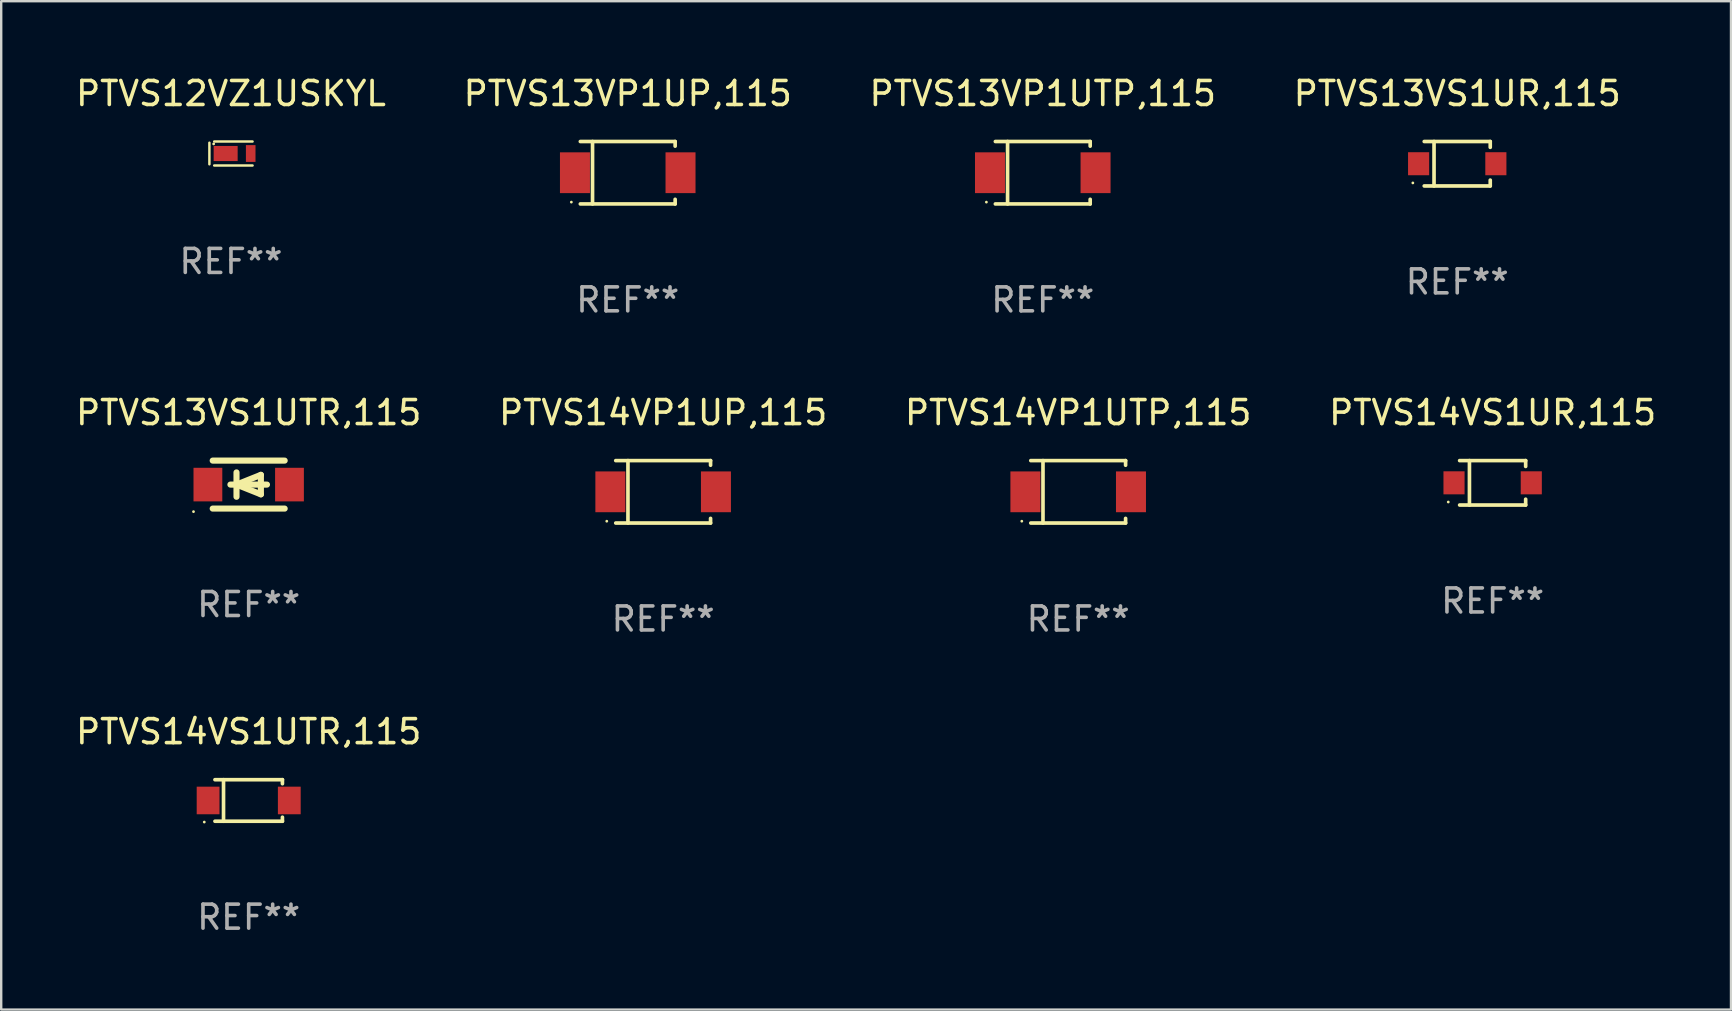
<source format=kicad_pcb>
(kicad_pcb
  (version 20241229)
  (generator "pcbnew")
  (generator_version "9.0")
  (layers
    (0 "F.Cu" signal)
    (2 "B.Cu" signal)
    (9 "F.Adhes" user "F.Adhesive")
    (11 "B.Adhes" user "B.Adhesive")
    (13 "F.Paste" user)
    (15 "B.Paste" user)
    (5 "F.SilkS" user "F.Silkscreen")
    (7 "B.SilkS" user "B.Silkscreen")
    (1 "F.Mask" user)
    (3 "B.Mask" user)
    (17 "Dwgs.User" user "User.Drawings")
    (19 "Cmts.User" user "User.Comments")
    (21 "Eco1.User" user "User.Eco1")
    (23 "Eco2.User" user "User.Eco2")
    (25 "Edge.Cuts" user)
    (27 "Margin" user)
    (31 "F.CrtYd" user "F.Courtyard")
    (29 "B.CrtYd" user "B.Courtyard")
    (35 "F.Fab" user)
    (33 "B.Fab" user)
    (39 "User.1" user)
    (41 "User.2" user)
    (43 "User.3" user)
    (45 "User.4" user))
  (footprint "PTVS13VS1UTR,115"
    (layer "F.Cu")
    (at 7.315 17.147)
    (property "Reference" "PTVS13VS1UTR,115" (at 0 -3 0) (layer "F.SilkS") (effects (font (size 1 1) (thickness 0.15))))
    (attr through_hole)
    (fp_line (start -1.5 -1) (end 1.5 -1) (stroke (width 0.254) (type solid)) (layer "F.SilkS"))
    (fp_line (start -1.5 1) (end 1.5 1) (stroke (width 0.254) (type solid)) (layer "F.SilkS"))
    (fp_line (start -0.762 0) (end 0.762 0) (stroke (width 0.254) (type solid)) (layer "F.SilkS"))
    (fp_line (start -0.508 -0.508) (end -0.508 0.508) (stroke (width 0.254) (type solid)) (layer "F.SilkS"))
    (fp_line (start -0.508 0) (end 0.508 -0.406) (stroke (width 0.254) (type solid)) (layer "F.SilkS"))
    (fp_line (start 0.508 -0.406) (end 0.508 0.406) (stroke (width 0.254) (type solid)) (layer "F.SilkS"))
    (fp_line (start 0.508 0.406) (end -0.508 0) (stroke (width 0.254) (type solid)) (layer "F.SilkS"))
    (fp_circle (center -2.3 1.127) (end -2.27 1.127) (stroke (width 0.06) (type solid)) (fill no) (layer "F.SilkS"))
    (fp_text user "REF**" (at 0 5 0) (layer "F.Fab") (effects (font (size 1 1) (thickness 0.15))))
    (pad "1" smd rect (at -1.7 0) (size 1.2 1.4) (layers "F.Cu" "F.Mask" "F.Paste"))
    (pad "2" smd rect (at 1.7 0) (size 1.2 1.4) (layers "F.Cu" "F.Mask" "F.Paste")))
  (footprint "PTVS12VZ1USKYL"
    (layer "F.Cu")
    (at 6.577 3.348)
    (property "Reference" "PTVS12VZ1USKYL" (at 0 -2.5 0) (layer "F.SilkS") (effects (font (size 1 1) (thickness 0.15))))
    (attr through_hole)
    (fp_line (start -0.9 -0.45) (end -0.9 0.45) (stroke (width 0.102) (type solid)) (layer "F.SilkS"))
    (fp_line (start -0.7 -0.5) (end 0.9 -0.5) (stroke (width 0.102) (type solid)) (layer "F.SilkS"))
    (fp_line (start -0.7 0.5) (end 0.9 0.5) (stroke (width 0.102) (type solid)) (layer "F.SilkS"))
    (fp_circle (center -0.722 -0.4) (end -0.692 -0.4) (stroke (width 0.06) (type solid)) (fill no) (layer "F.SilkS"))
    (fp_text user "REF**" (at 0 4.5 0) (layer "F.Fab") (effects (font (size 1 1) (thickness 0.15))))
    (pad "1" smd rect (at -0.222 -0.000025 180) (size 1 0.63) (layers "F.Cu" "F.Mask" "F.Paste"))
    (pad "2" smd rect (at 0.822 -0.000025 180) (size 0.4 0.7) (layers "F.Cu" "F.Mask" "F.Paste")))
  (footprint "PTVS13VS1UR,115"
    (layer "F.Cu")
    (at 57.685 3.774)
    (property "Reference" "PTVS13VS1UR,115" (at 0 -2.926 0) (layer "F.SilkS") (effects (font (size 1 1) (thickness 0.15))))
    (attr through_hole)
    (fp_line (start -1.376 -0.926) (end 1.376 -0.926) (stroke (width 0.152) (type solid)) (layer "F.SilkS"))
    (fp_line (start -1.376 0.926) (end 1.376 0.926) (stroke (width 0.152) (type solid)) (layer "F.SilkS"))
    (fp_line (start -0.967 -0.926) (end -0.967 0.926) (stroke (width 0.152) (type solid)) (layer "F.SilkS"))
    (fp_line (start 1.376 -0.926) (end 1.376 -0.683) (stroke (width 0.152) (type solid)) (layer "F.SilkS"))
    (fp_line (start 1.376 0.926) (end 1.376 0.683) (stroke (width 0.152) (type solid)) (layer "F.SilkS"))
    (fp_circle (center -1.85 0.8) (end -1.82 0.8) (stroke (width 0.06) (type solid)) (fill no) (layer "F.SilkS"))
    (fp_text user "REF**" (at 0 4.926 0) (layer "F.Fab") (effects (font (size 1 1) (thickness 0.15))))
    (pad "1" smd rect (at -1.61 0) (size 0.88 0.96) (layers "F.Cu" "F.Mask" "F.Paste"))
    (pad "2" smd rect (at 1.61 0) (size 0.88 0.96) (layers "F.Cu" "F.Mask" "F.Paste")))
  (footprint "PTVS13VP1UP,115"
    (layer "F.Cu")
    (at 23.113 4.149)
    (property "Reference" "PTVS13VP1UP,115" (at 0 -3.301 0) (layer "F.SilkS") (effects (font (size 1 1) (thickness 0.15))))
    (attr through_hole)
    (fp_line (start -1.976 -1.301) (end 1.976 -1.301) (stroke (width 0.152) (type solid)) (layer "F.SilkS"))
    (fp_line (start -1.976 1.301) (end 1.976 1.301) (stroke (width 0.152) (type solid)) (layer "F.SilkS"))
    (fp_line (start -1.467 -1.301) (end -1.467 1.301) (stroke (width 0.152) (type solid)) (layer "F.SilkS"))
    (fp_line (start 1.976 -1.301) (end 1.976 -1.108) (stroke (width 0.152) (type solid)) (layer "F.SilkS"))
    (fp_line (start 1.976 1.301) (end 1.976 1.108) (stroke (width 0.152) (type solid)) (layer "F.SilkS"))
    (fp_circle (center -2.35 1.225) (end -2.32 1.225) (stroke (width 0.06) (type solid)) (fill no) (layer "F.SilkS"))
    (fp_text user "REF**" (at 0 5.301 0) (layer "F.Fab") (effects (font (size 1 1) (thickness 0.15))))
    (pad "1" smd rect (at -2.2 0 180) (size 1.25 1.7) (layers "F.Cu" "F.Mask" "F.Paste"))
    (pad "2" smd rect (at 2.2 0 180) (size 1.25 1.7) (layers "F.Cu" "F.Mask" "F.Paste")))
  (footprint "PTVS14VS1UTR,115"
    (layer "F.Cu")
    (at 7.315 30.312)
    (property "Reference" "PTVS14VS1UTR,115" (at 0 -2.866 0) (layer "F.SilkS") (effects (font (size 1 1) (thickness 0.15))))
    (attr through_hole)
    (fp_line (start -1.406 -0.866) (end 1.406 -0.866) (stroke (width 0.152) (type solid)) (layer "F.SilkS"))
    (fp_line (start -1.406 0.866) (end 1.406 0.866) (stroke (width 0.152) (type solid)) (layer "F.SilkS"))
    (fp_line (start -1.049 -0.866) (end -1.049 0.866) (stroke (width 0.152) (type solid)) (layer "F.SilkS"))
    (fp_line (start 1.406 -0.866) (end 1.406 -0.698) (stroke (width 0.152) (type solid)) (layer "F.SilkS"))
    (fp_line (start 1.406 0.866) (end 1.406 0.698) (stroke (width 0.152) (type solid)) (layer "F.SilkS"))
    (fp_circle (center -1.851 0.9) (end -1.821 0.9) (stroke (width 0.06) (type solid)) (fill no) (layer "F.SilkS"))
    (fp_text user "REF**" (at 0 4.866 0) (layer "F.Fab") (effects (font (size 1 1) (thickness 0.15))))
    (pad "1" smd rect (at -1.692 0) (size 0.95 1.15) (layers "F.Cu" "F.Mask" "F.Paste"))
    (pad "2" smd rect (at 1.692 0) (size 0.95 1.15) (layers "F.Cu" "F.Mask" "F.Paste")))
  (footprint "PTVS14VS1UR,115"
    (layer "F.Cu")
    (at 59.161 17.073)
    (property "Reference" "PTVS14VS1UR,115" (at 0 -2.926 0) (layer "F.SilkS") (effects (font (size 1 1) (thickness 0.15))))
    (attr through_hole)
    (fp_line (start -1.376 -0.926) (end 1.376 -0.926) (stroke (width 0.152) (type solid)) (layer "F.SilkS"))
    (fp_line (start -1.376 0.926) (end 1.376 0.926) (stroke (width 0.152) (type solid)) (layer "F.SilkS"))
    (fp_line (start -0.967 -0.926) (end -0.967 0.926) (stroke (width 0.152) (type solid)) (layer "F.SilkS"))
    (fp_line (start 1.376 -0.926) (end 1.376 -0.683) (stroke (width 0.152) (type solid)) (layer "F.SilkS"))
    (fp_line (start 1.376 0.926) (end 1.376 0.683) (stroke (width 0.152) (type solid)) (layer "F.SilkS"))
    (fp_circle (center -1.85 0.8) (end -1.82 0.8) (stroke (width 0.06) (type solid)) (fill no) (layer "F.SilkS"))
    (fp_text user "REF**" (at 0 4.926 0) (layer "F.Fab") (effects (font (size 1 1) (thickness 0.15))))
    (pad "1" smd rect (at -1.61 0) (size 0.88 0.96) (layers "F.Cu" "F.Mask" "F.Paste"))
    (pad "2" smd rect (at 1.61 0) (size 0.88 0.96) (layers "F.Cu" "F.Mask" "F.Paste")))
  (footprint "PTVS13VP1UTP,115"
    (layer "F.Cu")
    (at 40.411 4.149)
    (property "Reference" "PTVS13VP1UTP,115" (at 0 -3.301 0) (layer "F.SilkS") (effects (font (size 1 1) (thickness 0.15))))
    (attr through_hole)
    (fp_line (start -1.976 -1.301) (end 1.976 -1.301) (stroke (width 0.152) (type solid)) (layer "F.SilkS"))
    (fp_line (start -1.976 1.301) (end 1.976 1.301) (stroke (width 0.152) (type solid)) (layer "F.SilkS"))
    (fp_line (start -1.467 -1.301) (end -1.467 1.301) (stroke (width 0.152) (type solid)) (layer "F.SilkS"))
    (fp_line (start 1.976 -1.301) (end 1.976 -1.108) (stroke (width 0.152) (type solid)) (layer "F.SilkS"))
    (fp_line (start 1.976 1.301) (end 1.976 1.108) (stroke (width 0.152) (type solid)) (layer "F.SilkS"))
    (fp_circle (center -2.35 1.225) (end -2.32 1.225) (stroke (width 0.06) (type solid)) (fill no) (layer "F.SilkS"))
    (fp_text user "REF**" (at 0 5.301 0) (layer "F.Fab") (effects (font (size 1 1) (thickness 0.15))))
    (pad "1" smd rect (at -2.2 0 180) (size 1.25 1.7) (layers "F.Cu" "F.Mask" "F.Paste"))
    (pad "2" smd rect (at 2.2 0 180) (size 1.25 1.7) (layers "F.Cu" "F.Mask" "F.Paste")))
  (footprint "PTVS14VP1UP,115"
    (layer "F.Cu")
    (at 24.589 17.448)
    (property "Reference" "PTVS14VP1UP,115" (at 0 -3.301 0) (layer "F.SilkS") (effects (font (size 1 1) (thickness 0.15))))
    (attr through_hole)
    (fp_line (start -1.976 -1.301) (end 1.976 -1.301) (stroke (width 0.152) (type solid)) (layer "F.SilkS"))
    (fp_line (start -1.976 1.301) (end 1.976 1.301) (stroke (width 0.152) (type solid)) (layer "F.SilkS"))
    (fp_line (start -1.467 -1.301) (end -1.467 1.301) (stroke (width 0.152) (type solid)) (layer "F.SilkS"))
    (fp_line (start 1.976 -1.301) (end 1.976 -1.108) (stroke (width 0.152) (type solid)) (layer "F.SilkS"))
    (fp_line (start 1.976 1.301) (end 1.976 1.108) (stroke (width 0.152) (type solid)) (layer "F.SilkS"))
    (fp_circle (center -2.35 1.225) (end -2.32 1.225) (stroke (width 0.06) (type solid)) (fill no) (layer "F.SilkS"))
    (fp_text user "REF**" (at 0 5.301 0) (layer "F.Fab") (effects (font (size 1 1) (thickness 0.15))))
    (pad "1" smd rect (at -2.2 0 180) (size 1.25 1.7) (layers "F.Cu" "F.Mask" "F.Paste"))
    (pad "2" smd rect (at 2.2 0 180) (size 1.25 1.7) (layers "F.Cu" "F.Mask" "F.Paste")))
  (footprint "PTVS14VP1UTP,115"
    (layer "F.Cu")
    (at 41.887 17.448)
    (property "Reference" "PTVS14VP1UTP,115" (at 0 -3.301 0) (layer "F.SilkS") (effects (font (size 1 1) (thickness 0.15))))
    (attr through_hole)
    (fp_line (start -1.976 -1.301) (end 1.976 -1.301) (stroke (width 0.152) (type solid)) (layer "F.SilkS"))
    (fp_line (start -1.976 1.301) (end 1.976 1.301) (stroke (width 0.152) (type solid)) (layer "F.SilkS"))
    (fp_line (start -1.467 -1.301) (end -1.467 1.301) (stroke (width 0.152) (type solid)) (layer "F.SilkS"))
    (fp_line (start 1.976 -1.301) (end 1.976 -1.108) (stroke (width 0.152) (type solid)) (layer "F.SilkS"))
    (fp_line (start 1.976 1.301) (end 1.976 1.108) (stroke (width 0.152) (type solid)) (layer "F.SilkS"))
    (fp_circle (center -2.35 1.225) (end -2.32 1.225) (stroke (width 0.06) (type solid)) (fill no) (layer "F.SilkS"))
    (fp_text user "REF**" (at 0 5.301 0) (layer "F.Fab") (effects (font (size 1 1) (thickness 0.15))))
    (pad "1" smd rect (at -2.2 0 180) (size 1.25 1.7) (layers "F.Cu" "F.Mask" "F.Paste"))
    (pad "2" smd rect (at 2.2 0 180) (size 1.25 1.7) (layers "F.Cu" "F.Mask" "F.Paste")))
  (gr_rect
    (start -3 -3)
    (end 69.095 39.027)
    (stroke (width 0.1) (type default))
    (fill no)
    (layer "Edge.Cuts")))
</source>
